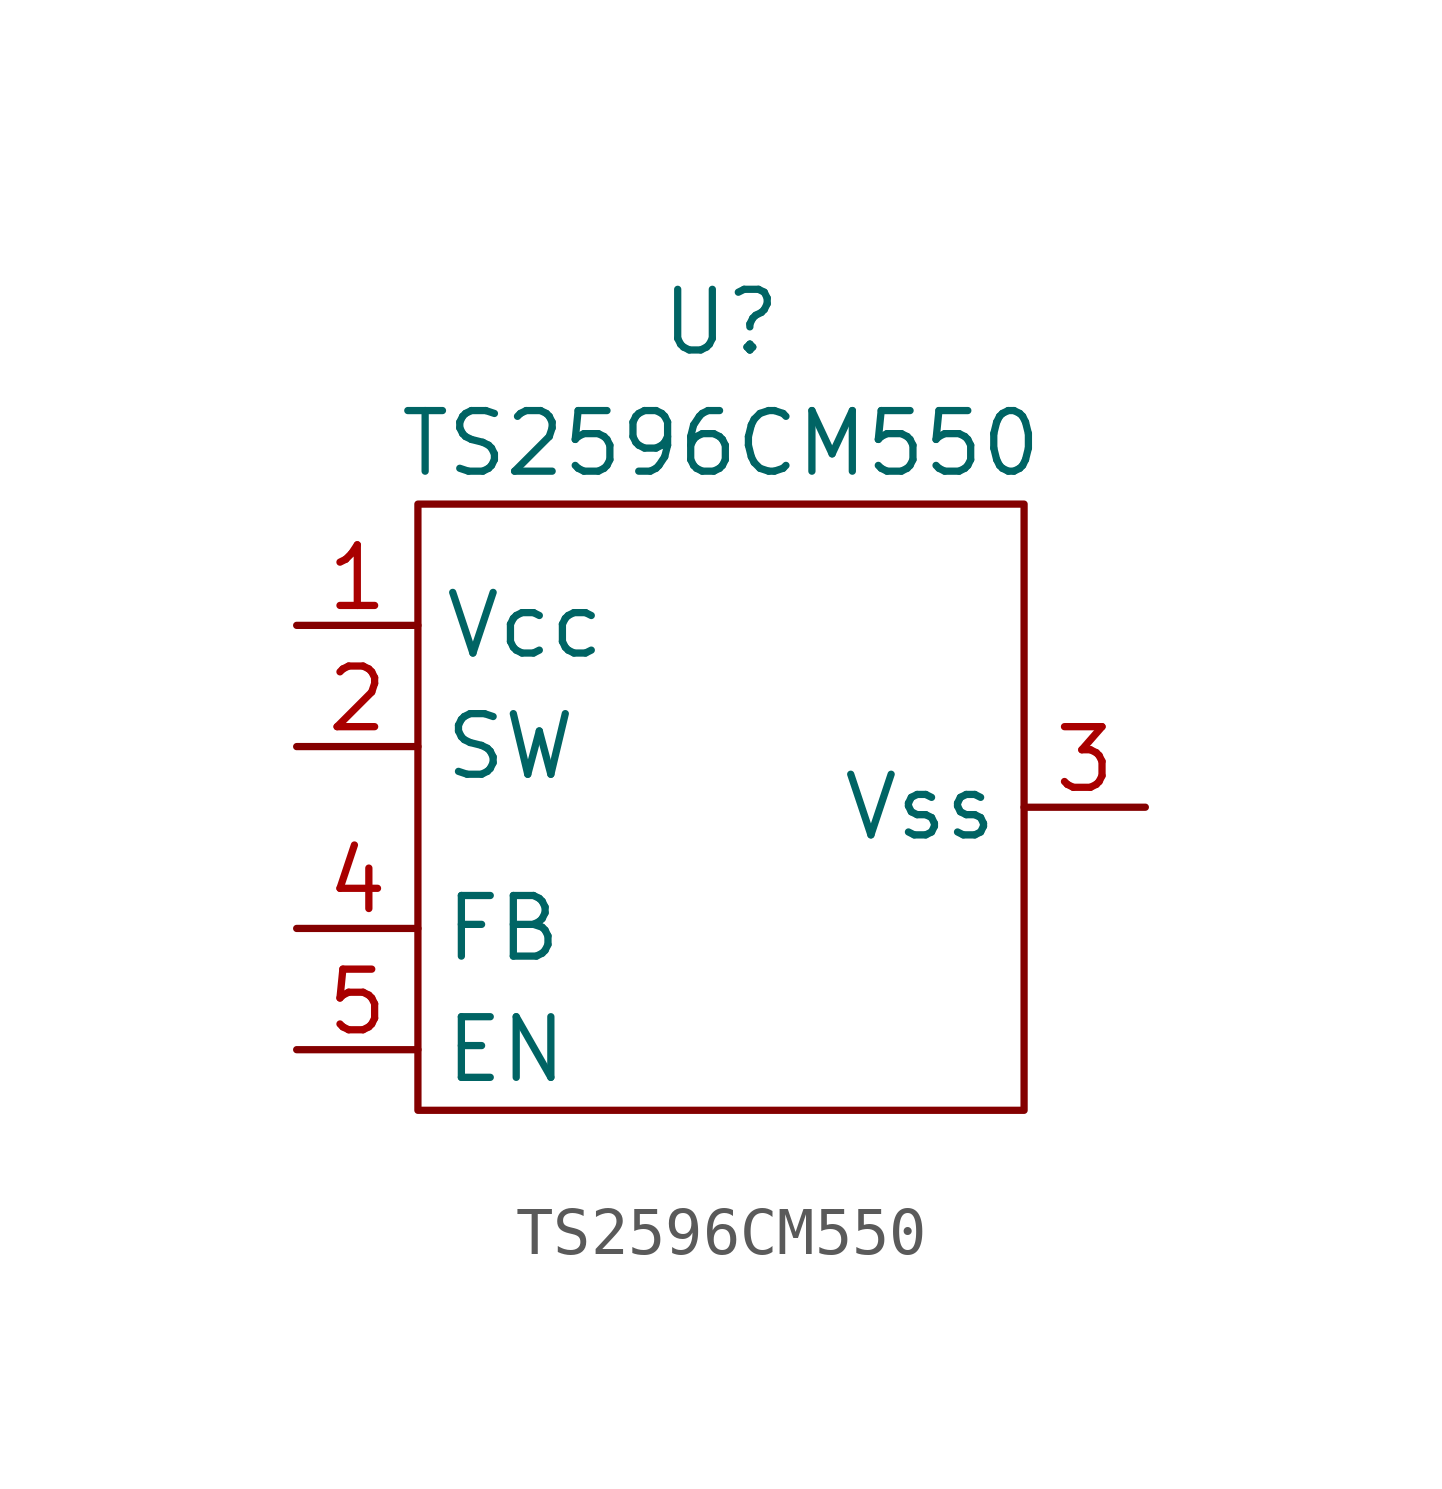
<source format=kicad_sym>
(kicad_symbol_lib
  (version 20211014)
  (generator kicad_symbol_editor)
  (symbol "TS2596CM550"
    (property "Reference" "U"
      (at 0 10.16 0)
      (effects (font (size 1.27 1.27))))
    (property "Value" "TS2596CM550"
      (at 0 7.62 0)
      (effects (font (size 1.27 1.27))))
    (symbol "TS2596CM550_0_1"
      (rectangle (start -6.35 6.35) (end 6.35 -6.35) (stroke (width 0) (type default) (color 0 0 0 0)) (fill (type none))))
    (symbol "TS2596CM550_1_1"
      (pin power_in line (at -8.89 3.81 0) (length 2.54) (name "Vcc" (effects (font (size 1.27 1.27)))) (number "1" (effects (font (size 1.27 1.27)))))
      (pin unspecified line (at -8.89 1.27 0) (length 2.54) (name "SW" (effects (font (size 1.27 1.27)))) (number "2" (effects (font (size 1.27 1.27)))))
      (pin unspecified line (at 8.89 0 180) (length 2.54) (name "Vss" (effects (font (size 1.27 1.27)))) (number "3" (effects (font (size 1.27 1.27)))))
      (pin unspecified line (at -8.89 -2.54 0) (length 2.54) (name "FB" (effects (font (size 1.27 1.27)))) (number "4" (effects (font (size 1.27 1.27)))))
      (pin unspecified line (at -8.89 -5.08 0) (length 2.54) (name "EN" (effects (font (size 1.27 1.27)))) (number "5" (effects (font (size 1.27 1.27))))))))
</source>
